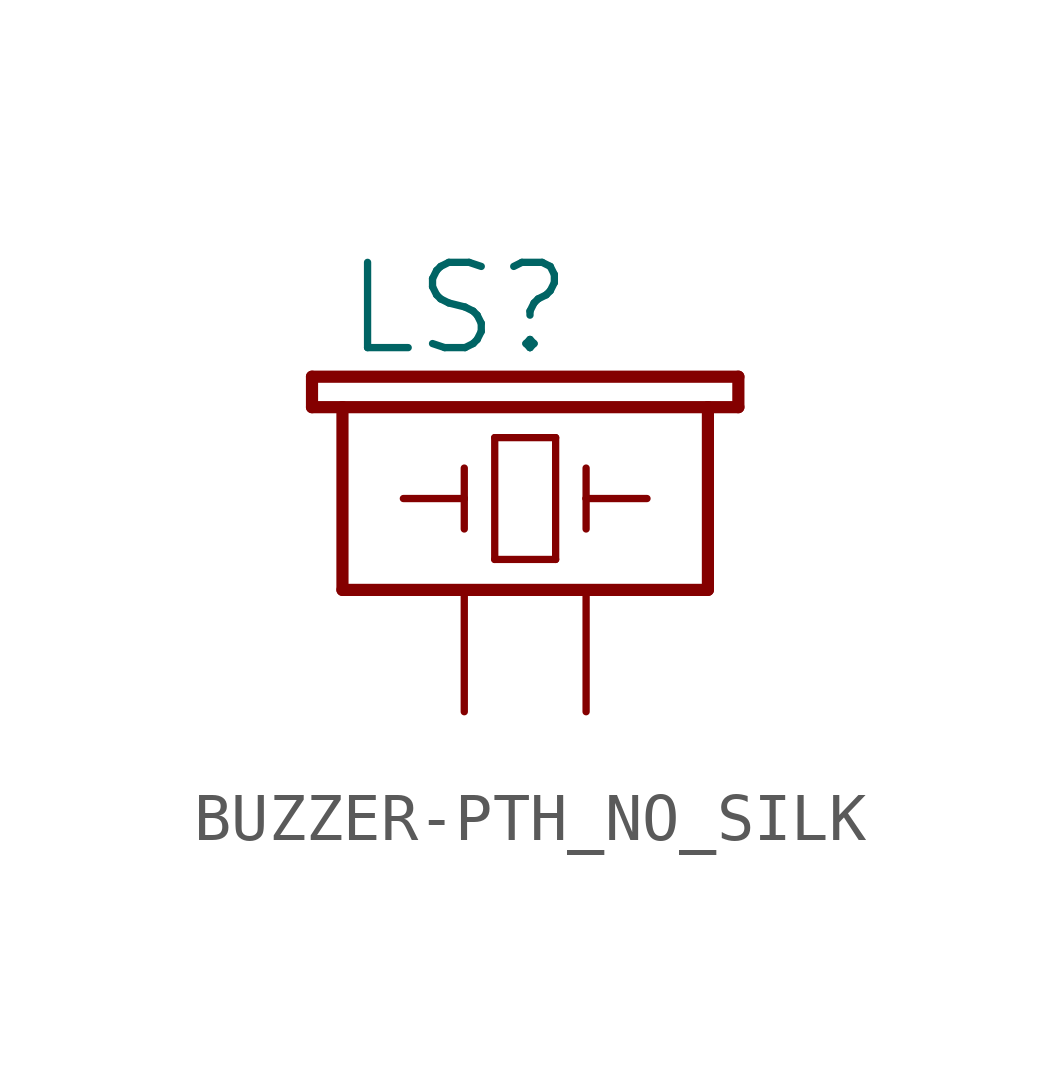
<source format=kicad_sym>
(kicad_symbol_lib
  (version 20231120)
  (generator "kicad_symbol_editor")
  (generator_version "8.0")
  (symbol "BUZZER-PTH_NO_SILK"
    (property "Reference" "LS"
      (at -2.54 4.826 0)
      (effects (font (size 1.778 1.778)) (justify left bottom)))
    (property "Value" ""
      (at 5.334 0 0)
      (effects (font (size 1.778 1.778)) (justify left bottom)))
    (property "ki_locked" ""
      (at 0 0 0)
      (effects (font (size 1.27 1.27))))
    (symbol "BUZZER-PTH_NO_SILK_1_0"
      (polyline (pts (xy -3.175 3.81) (xy -2.54 3.81)) (stroke (width 0.254) (type solid)) (fill (type none)))
      (polyline (pts (xy -3.175 4.445) (xy -3.175 3.81)) (stroke (width 0.254) (type solid)) (fill (type none)))
      (polyline (pts (xy -2.54 0) (xy 5.08 0)) (stroke (width 0.254) (type solid)) (fill (type none)))
      (polyline (pts (xy -2.54 3.81) (xy -2.54 0)) (stroke (width 0.254) (type solid)) (fill (type none)))
      (polyline (pts (xy -2.54 3.81) (xy 5.08 3.81)) (stroke (width 0.254) (type solid)) (fill (type none)))
      (polyline (pts (xy -1.27 1.905) (xy 0 1.905)) (stroke (width 0.152) (type solid)) (fill (type none)))
      (polyline (pts (xy 0 1.905) (xy 0 1.27)) (stroke (width 0.152) (type solid)) (fill (type none)))
      (polyline (pts (xy 0 1.905) (xy 0 2.54)) (stroke (width 0.152) (type solid)) (fill (type none)))
      (polyline (pts (xy 0.635 0.635) (xy 1.905 0.635)) (stroke (width 0.152) (type solid)) (fill (type none)))
      (polyline (pts (xy 0.635 3.175) (xy 0.635 0.635)) (stroke (width 0.152) (type solid)) (fill (type none)))
      (polyline (pts (xy 1.905 0.635) (xy 1.905 3.175)) (stroke (width 0.152) (type solid)) (fill (type none)))
      (polyline (pts (xy 1.905 3.175) (xy 0.635 3.175)) (stroke (width 0.152) (type solid)) (fill (type none)))
      (polyline (pts (xy 2.54 1.905) (xy 2.54 1.27)) (stroke (width 0.152) (type solid)) (fill (type none)))
      (polyline (pts (xy 2.54 1.905) (xy 3.81 1.905)) (stroke (width 0.152) (type solid)) (fill (type none)))
      (polyline (pts (xy 2.54 2.54) (xy 2.54 1.905)) (stroke (width 0.152) (type solid)) (fill (type none)))
      (polyline (pts (xy 5.08 0) (xy 5.08 3.81)) (stroke (width 0.254) (type solid)) (fill (type none)))
      (polyline (pts (xy 5.08 3.81) (xy 5.715 3.81)) (stroke (width 0.254) (type solid)) (fill (type none)))
      (polyline (pts (xy 5.715 3.81) (xy 5.715 4.445)) (stroke (width 0.254) (type solid)) (fill (type none)))
      (polyline (pts (xy 5.715 4.445) (xy -3.175 4.445)) (stroke (width 0.254) (type solid)) (fill (type none)))
      (pin passive line (at 0 -2.54 90) (length 2.54) (name "1" (effects (font (size 0 0)))) (number "+" (effects (font (size 0 0)))))
      (pin passive line (at 2.54 -2.54 90) (length 2.54) (name "2" (effects (font (size 0 0)))) (number "-" (effects (font (size 0 0))))))))
</source>
